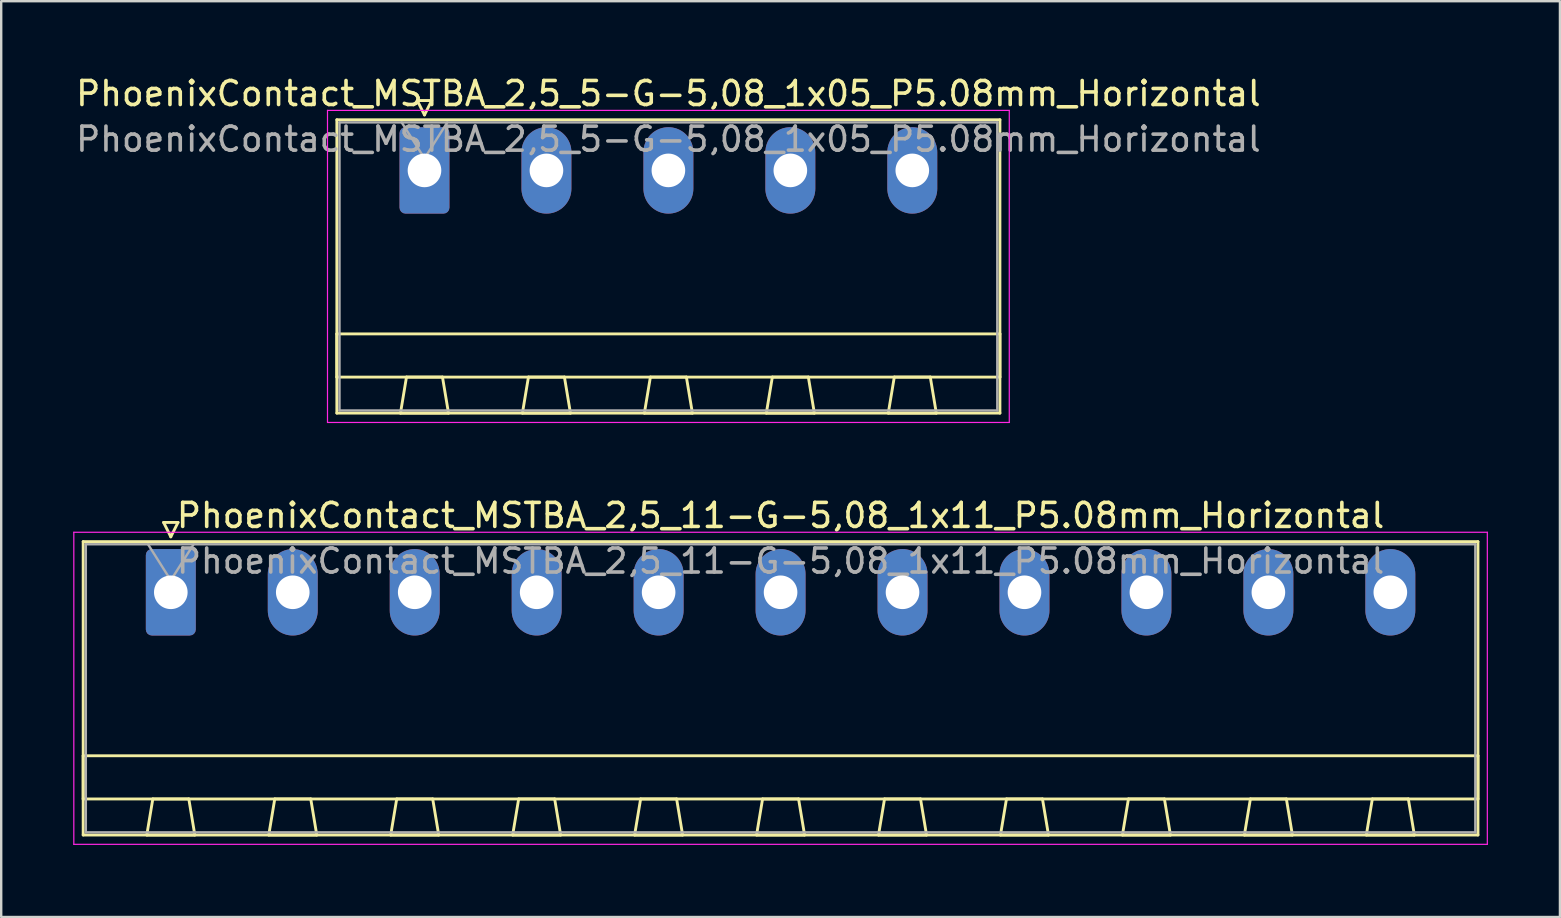
<source format=kicad_pcb>
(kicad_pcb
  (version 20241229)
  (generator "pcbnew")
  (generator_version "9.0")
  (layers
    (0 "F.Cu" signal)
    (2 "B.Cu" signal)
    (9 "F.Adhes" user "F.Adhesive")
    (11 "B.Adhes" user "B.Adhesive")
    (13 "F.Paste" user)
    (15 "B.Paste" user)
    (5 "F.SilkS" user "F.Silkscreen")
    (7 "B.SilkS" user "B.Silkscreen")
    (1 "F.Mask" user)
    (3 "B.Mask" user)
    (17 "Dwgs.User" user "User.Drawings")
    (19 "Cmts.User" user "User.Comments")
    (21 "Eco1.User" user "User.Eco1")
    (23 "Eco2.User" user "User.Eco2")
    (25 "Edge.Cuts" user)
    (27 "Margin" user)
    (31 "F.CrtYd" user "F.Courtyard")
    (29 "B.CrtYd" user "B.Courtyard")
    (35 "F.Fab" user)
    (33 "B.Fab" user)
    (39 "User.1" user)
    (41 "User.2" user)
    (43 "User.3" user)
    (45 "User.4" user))
  (footprint "PhoenixContact_MSTBA_2,5_5-G-5,08_1x05_P5.08mm_Horizontal"
    (layer "F.Cu")
    (at 14.632 4.048)
    (property "Reference" "PhoenixContact_MSTBA_2,5_5-G-5,08_1x05_P5.08mm_Horizontal" (at 10.16 -3.2 0) (layer "F.SilkS") (effects (font (size 1 1) (thickness 0.15))))
    (attr through_hole)
    (fp_line (start -3.65 -2.11) (end -3.65 10.11) (stroke (width 0.12) (type solid)) (layer "F.SilkS"))
    (fp_line (start -3.65 6.81) (end 23.97 6.81) (stroke (width 0.12) (type solid)) (layer "F.SilkS"))
    (fp_line (start -3.65 8.61) (end -3.65 6.81) (stroke (width 0.12) (type solid)) (layer "F.SilkS"))
    (fp_line (start -3.65 10.11) (end 23.97 10.11) (stroke (width 0.12) (type solid)) (layer "F.SilkS"))
    (fp_line (start -1 10.11) (end 1 10.11) (stroke (width 0.12) (type solid)) (layer "F.SilkS"))
    (fp_line (start -0.75 8.61) (end -1 10.11) (stroke (width 0.12) (type solid)) (layer "F.SilkS"))
    (fp_line (start -0.3 -2.91) (end 0.3 -2.91) (stroke (width 0.12) (type solid)) (layer "F.SilkS"))
    (fp_line (start 0 -2.31) (end -0.3 -2.91) (stroke (width 0.12) (type solid)) (layer "F.SilkS"))
    (fp_line (start 0.3 -2.91) (end 0 -2.31) (stroke (width 0.12) (type solid)) (layer "F.SilkS"))
    (fp_line (start 0.75 8.61) (end -0.75 8.61) (stroke (width 0.12) (type solid)) (layer "F.SilkS"))
    (fp_line (start 1 10.11) (end 0.75 8.61) (stroke (width 0.12) (type solid)) (layer "F.SilkS"))
    (fp_line (start 4.08 10.11) (end 6.08 10.11) (stroke (width 0.12) (type solid)) (layer "F.SilkS"))
    (fp_line (start 4.33 8.61) (end 4.08 10.11) (stroke (width 0.12) (type solid)) (layer "F.SilkS"))
    (fp_line (start 5.83 8.61) (end 4.33 8.61) (stroke (width 0.12) (type solid)) (layer "F.SilkS"))
    (fp_line (start 6.08 10.11) (end 5.83 8.61) (stroke (width 0.12) (type solid)) (layer "F.SilkS"))
    (fp_line (start 9.16 10.11) (end 11.16 10.11) (stroke (width 0.12) (type solid)) (layer "F.SilkS"))
    (fp_line (start 9.41 8.61) (end 9.16 10.11) (stroke (width 0.12) (type solid)) (layer "F.SilkS"))
    (fp_line (start 10.91 8.61) (end 9.41 8.61) (stroke (width 0.12) (type solid)) (layer "F.SilkS"))
    (fp_line (start 11.16 10.11) (end 10.91 8.61) (stroke (width 0.12) (type solid)) (layer "F.SilkS"))
    (fp_line (start 14.24 10.11) (end 16.24 10.11) (stroke (width 0.12) (type solid)) (layer "F.SilkS"))
    (fp_line (start 14.49 8.61) (end 14.24 10.11) (stroke (width 0.12) (type solid)) (layer "F.SilkS"))
    (fp_line (start 15.99 8.61) (end 14.49 8.61) (stroke (width 0.12) (type solid)) (layer "F.SilkS"))
    (fp_line (start 16.24 10.11) (end 15.99 8.61) (stroke (width 0.12) (type solid)) (layer "F.SilkS"))
    (fp_line (start 19.32 10.11) (end 21.32 10.11) (stroke (width 0.12) (type solid)) (layer "F.SilkS"))
    (fp_line (start 19.57 8.61) (end 19.32 10.11) (stroke (width 0.12) (type solid)) (layer "F.SilkS"))
    (fp_line (start 21.07 8.61) (end 19.57 8.61) (stroke (width 0.12) (type solid)) (layer "F.SilkS"))
    (fp_line (start 21.32 10.11) (end 21.07 8.61) (stroke (width 0.12) (type solid)) (layer "F.SilkS"))
    (fp_line (start 23.97 -2.11) (end -3.65 -2.11) (stroke (width 0.12) (type solid)) (layer "F.SilkS"))
    (fp_line (start 23.97 6.81) (end 23.97 8.61) (stroke (width 0.12) (type solid)) (layer "F.SilkS"))
    (fp_line (start 23.97 8.61) (end -3.65 8.61) (stroke (width 0.12) (type solid)) (layer "F.SilkS"))
    (fp_line (start 23.97 10.11) (end 23.97 -2.11) (stroke (width 0.12) (type solid)) (layer "F.SilkS"))
    (fp_line (start -4.04 -2.5) (end -4.04 10.5) (stroke (width 0.05) (type solid)) (layer "F.CrtYd"))
    (fp_line (start -4.04 10.5) (end 24.36 10.5) (stroke (width 0.05) (type solid)) (layer "F.CrtYd"))
    (fp_line (start 24.36 -2.5) (end -4.04 -2.5) (stroke (width 0.05) (type solid)) (layer "F.CrtYd"))
    (fp_line (start 24.36 10.5) (end 24.36 -2.5) (stroke (width 0.05) (type solid)) (layer "F.CrtYd"))
    (fp_line (start -3.54 -2) (end -3.54 10) (stroke (width 0.1) (type solid)) (layer "F.Fab"))
    (fp_line (start -3.54 10) (end 23.86 10) (stroke (width 0.1) (type solid)) (layer "F.Fab"))
    (fp_line (start 0 -0.5) (end -0.95 -2) (stroke (width 0.1) (type solid)) (layer "F.Fab"))
    (fp_line (start 0.95 -2) (end 0 -0.5) (stroke (width 0.1) (type solid)) (layer "F.Fab"))
    (fp_line (start 23.86 -2) (end -3.54 -2) (stroke (width 0.1) (type solid)) (layer "F.Fab"))
    (fp_line (start 23.86 10) (end 23.86 -2) (stroke (width 0.1) (type solid)) (layer "F.Fab"))
    (fp_text user "${REFERENCE}" (at 10.16 -1.3 0) (layer "F.Fab") (effects (font (size 1 1) (thickness 0.15))))
    (pad "1" thru_hole roundrect (at 0 0) (size 2.08 3.6) (drill 1.4) (layers "*.Cu" "*.Mask") (roundrect_rratio 0.12))
    (pad "2" thru_hole oval (at 5.08 0) (size 2.08 3.6) (drill 1.4) (layers "*.Cu" "*.Mask"))
    (pad "3" thru_hole oval (at 10.16 0) (size 2.08 3.6) (drill 1.4) (layers "*.Cu" "*.Mask"))
    (pad "4" thru_hole oval (at 15.24 0) (size 2.08 3.6) (drill 1.4) (layers "*.Cu" "*.Mask"))
    (pad "5" thru_hole oval (at 20.32 0) (size 2.08 3.6) (drill 1.4) (layers "*.Cu" "*.Mask")))
  (footprint "PhoenixContact_MSTBA_2,5_11-G-5,08_1x11_P5.08mm_Horizontal"
    (layer "F.Cu")
    (at 4.065 21.622)
    (property "Reference" "PhoenixContact_MSTBA_2,5_11-G-5,08_1x11_P5.08mm_Horizontal" (at 25.4 -3.2 0) (layer "F.SilkS") (effects (font (size 1 1) (thickness 0.15))))
    (attr through_hole)
    (fp_line (start -3.65 -2.11) (end -3.65 10.11) (stroke (width 0.12) (type solid)) (layer "F.SilkS"))
    (fp_line (start -3.65 6.81) (end 54.45 6.81) (stroke (width 0.12) (type solid)) (layer "F.SilkS"))
    (fp_line (start -3.65 8.61) (end -3.65 6.81) (stroke (width 0.12) (type solid)) (layer "F.SilkS"))
    (fp_line (start -3.65 10.11) (end 54.45 10.11) (stroke (width 0.12) (type solid)) (layer "F.SilkS"))
    (fp_line (start -1 10.11) (end 1 10.11) (stroke (width 0.12) (type solid)) (layer "F.SilkS"))
    (fp_line (start -0.75 8.61) (end -1 10.11) (stroke (width 0.12) (type solid)) (layer "F.SilkS"))
    (fp_line (start -0.3 -2.91) (end 0.3 -2.91) (stroke (width 0.12) (type solid)) (layer "F.SilkS"))
    (fp_line (start 0 -2.31) (end -0.3 -2.91) (stroke (width 0.12) (type solid)) (layer "F.SilkS"))
    (fp_line (start 0.3 -2.91) (end 0 -2.31) (stroke (width 0.12) (type solid)) (layer "F.SilkS"))
    (fp_line (start 0.75 8.61) (end -0.75 8.61) (stroke (width 0.12) (type solid)) (layer "F.SilkS"))
    (fp_line (start 1 10.11) (end 0.75 8.61) (stroke (width 0.12) (type solid)) (layer "F.SilkS"))
    (fp_line (start 4.08 10.11) (end 6.08 10.11) (stroke (width 0.12) (type solid)) (layer "F.SilkS"))
    (fp_line (start 4.33 8.61) (end 4.08 10.11) (stroke (width 0.12) (type solid)) (layer "F.SilkS"))
    (fp_line (start 5.83 8.61) (end 4.33 8.61) (stroke (width 0.12) (type solid)) (layer "F.SilkS"))
    (fp_line (start 6.08 10.11) (end 5.83 8.61) (stroke (width 0.12) (type solid)) (layer "F.SilkS"))
    (fp_line (start 9.16 10.11) (end 11.16 10.11) (stroke (width 0.12) (type solid)) (layer "F.SilkS"))
    (fp_line (start 9.41 8.61) (end 9.16 10.11) (stroke (width 0.12) (type solid)) (layer "F.SilkS"))
    (fp_line (start 10.91 8.61) (end 9.41 8.61) (stroke (width 0.12) (type solid)) (layer "F.SilkS"))
    (fp_line (start 11.16 10.11) (end 10.91 8.61) (stroke (width 0.12) (type solid)) (layer "F.SilkS"))
    (fp_line (start 14.24 10.11) (end 16.24 10.11) (stroke (width 0.12) (type solid)) (layer "F.SilkS"))
    (fp_line (start 14.49 8.61) (end 14.24 10.11) (stroke (width 0.12) (type solid)) (layer "F.SilkS"))
    (fp_line (start 15.99 8.61) (end 14.49 8.61) (stroke (width 0.12) (type solid)) (layer "F.SilkS"))
    (fp_line (start 16.24 10.11) (end 15.99 8.61) (stroke (width 0.12) (type solid)) (layer "F.SilkS"))
    (fp_line (start 19.32 10.11) (end 21.32 10.11) (stroke (width 0.12) (type solid)) (layer "F.SilkS"))
    (fp_line (start 19.57 8.61) (end 19.32 10.11) (stroke (width 0.12) (type solid)) (layer "F.SilkS"))
    (fp_line (start 21.07 8.61) (end 19.57 8.61) (stroke (width 0.12) (type solid)) (layer "F.SilkS"))
    (fp_line (start 21.32 10.11) (end 21.07 8.61) (stroke (width 0.12) (type solid)) (layer "F.SilkS"))
    (fp_line (start 24.4 10.11) (end 26.4 10.11) (stroke (width 0.12) (type solid)) (layer "F.SilkS"))
    (fp_line (start 24.65 8.61) (end 24.4 10.11) (stroke (width 0.12) (type solid)) (layer "F.SilkS"))
    (fp_line (start 26.15 8.61) (end 24.65 8.61) (stroke (width 0.12) (type solid)) (layer "F.SilkS"))
    (fp_line (start 26.4 10.11) (end 26.15 8.61) (stroke (width 0.12) (type solid)) (layer "F.SilkS"))
    (fp_line (start 29.48 10.11) (end 31.48 10.11) (stroke (width 0.12) (type solid)) (layer "F.SilkS"))
    (fp_line (start 29.73 8.61) (end 29.48 10.11) (stroke (width 0.12) (type solid)) (layer "F.SilkS"))
    (fp_line (start 31.23 8.61) (end 29.73 8.61) (stroke (width 0.12) (type solid)) (layer "F.SilkS"))
    (fp_line (start 31.48 10.11) (end 31.23 8.61) (stroke (width 0.12) (type solid)) (layer "F.SilkS"))
    (fp_line (start 34.56 10.11) (end 36.56 10.11) (stroke (width 0.12) (type solid)) (layer "F.SilkS"))
    (fp_line (start 34.81 8.61) (end 34.56 10.11) (stroke (width 0.12) (type solid)) (layer "F.SilkS"))
    (fp_line (start 36.31 8.61) (end 34.81 8.61) (stroke (width 0.12) (type solid)) (layer "F.SilkS"))
    (fp_line (start 36.56 10.11) (end 36.31 8.61) (stroke (width 0.12) (type solid)) (layer "F.SilkS"))
    (fp_line (start 39.64 10.11) (end 41.64 10.11) (stroke (width 0.12) (type solid)) (layer "F.SilkS"))
    (fp_line (start 39.89 8.61) (end 39.64 10.11) (stroke (width 0.12) (type solid)) (layer "F.SilkS"))
    (fp_line (start 41.39 8.61) (end 39.89 8.61) (stroke (width 0.12) (type solid)) (layer "F.SilkS"))
    (fp_line (start 41.64 10.11) (end 41.39 8.61) (stroke (width 0.12) (type solid)) (layer "F.SilkS"))
    (fp_line (start 44.72 10.11) (end 46.72 10.11) (stroke (width 0.12) (type solid)) (layer "F.SilkS"))
    (fp_line (start 44.97 8.61) (end 44.72 10.11) (stroke (width 0.12) (type solid)) (layer "F.SilkS"))
    (fp_line (start 46.47 8.61) (end 44.97 8.61) (stroke (width 0.12) (type solid)) (layer "F.SilkS"))
    (fp_line (start 46.72 10.11) (end 46.47 8.61) (stroke (width 0.12) (type solid)) (layer "F.SilkS"))
    (fp_line (start 49.8 10.11) (end 51.8 10.11) (stroke (width 0.12) (type solid)) (layer "F.SilkS"))
    (fp_line (start 50.05 8.61) (end 49.8 10.11) (stroke (width 0.12) (type solid)) (layer "F.SilkS"))
    (fp_line (start 51.55 8.61) (end 50.05 8.61) (stroke (width 0.12) (type solid)) (layer "F.SilkS"))
    (fp_line (start 51.8 10.11) (end 51.55 8.61) (stroke (width 0.12) (type solid)) (layer "F.SilkS"))
    (fp_line (start 54.45 -2.11) (end -3.65 -2.11) (stroke (width 0.12) (type solid)) (layer "F.SilkS"))
    (fp_line (start 54.45 6.81) (end 54.45 8.61) (stroke (width 0.12) (type solid)) (layer "F.SilkS"))
    (fp_line (start 54.45 8.61) (end -3.65 8.61) (stroke (width 0.12) (type solid)) (layer "F.SilkS"))
    (fp_line (start 54.45 10.11) (end 54.45 -2.11) (stroke (width 0.12) (type solid)) (layer "F.SilkS"))
    (fp_line (start -4.04 -2.5) (end -4.04 10.5) (stroke (width 0.05) (type solid)) (layer "F.CrtYd"))
    (fp_line (start -4.04 10.5) (end 54.84 10.5) (stroke (width 0.05) (type solid)) (layer "F.CrtYd"))
    (fp_line (start 54.84 -2.5) (end -4.04 -2.5) (stroke (width 0.05) (type solid)) (layer "F.CrtYd"))
    (fp_line (start 54.84 10.5) (end 54.84 -2.5) (stroke (width 0.05) (type solid)) (layer "F.CrtYd"))
    (fp_line (start -3.54 -2) (end -3.54 10) (stroke (width 0.1) (type solid)) (layer "F.Fab"))
    (fp_line (start -3.54 10) (end 54.34 10) (stroke (width 0.1) (type solid)) (layer "F.Fab"))
    (fp_line (start 0 -0.5) (end -0.95 -2) (stroke (width 0.1) (type solid)) (layer "F.Fab"))
    (fp_line (start 0.95 -2) (end 0 -0.5) (stroke (width 0.1) (type solid)) (layer "F.Fab"))
    (fp_line (start 54.34 -2) (end -3.54 -2) (stroke (width 0.1) (type solid)) (layer "F.Fab"))
    (fp_line (start 54.34 10) (end 54.34 -2) (stroke (width 0.1) (type solid)) (layer "F.Fab"))
    (fp_text user "${REFERENCE}" (at 25.4 -1.3 0) (layer "F.Fab") (effects (font (size 1 1) (thickness 0.15))))
    (pad "1" thru_hole roundrect (at 0 0) (size 2.08 3.6) (drill 1.4) (layers "*.Cu" "*.Mask") (roundrect_rratio 0.12))
    (pad "2" thru_hole oval (at 5.08 0) (size 2.08 3.6) (drill 1.4) (layers "*.Cu" "*.Mask"))
    (pad "3" thru_hole oval (at 10.16 0) (size 2.08 3.6) (drill 1.4) (layers "*.Cu" "*.Mask"))
    (pad "4" thru_hole oval (at 15.24 0) (size 2.08 3.6) (drill 1.4) (layers "*.Cu" "*.Mask"))
    (pad "5" thru_hole oval (at 20.32 0) (size 2.08 3.6) (drill 1.4) (layers "*.Cu" "*.Mask"))
    (pad "6" thru_hole oval (at 25.4 0) (size 2.08 3.6) (drill 1.4) (layers "*.Cu" "*.Mask"))
    (pad "7" thru_hole oval (at 30.48 0) (size 2.08 3.6) (drill 1.4) (layers "*.Cu" "*.Mask"))
    (pad "8" thru_hole oval (at 35.56 0) (size 2.08 3.6) (drill 1.4) (layers "*.Cu" "*.Mask"))
    (pad "9" thru_hole oval (at 40.64 0) (size 2.08 3.6) (drill 1.4) (layers "*.Cu" "*.Mask"))
    (pad "10" thru_hole oval (at 45.72 0) (size 2.08 3.6) (drill 1.4) (layers "*.Cu" "*.Mask"))
    (pad "11" thru_hole oval (at 50.8 0) (size 2.08 3.6) (drill 1.4) (layers "*.Cu" "*.Mask")))
  (gr_rect
    (start -3 -3)
    (end 61.93 35.147)
    (stroke (width 0.1) (type default))
    (fill no)
    (layer "Edge.Cuts")))
</source>
